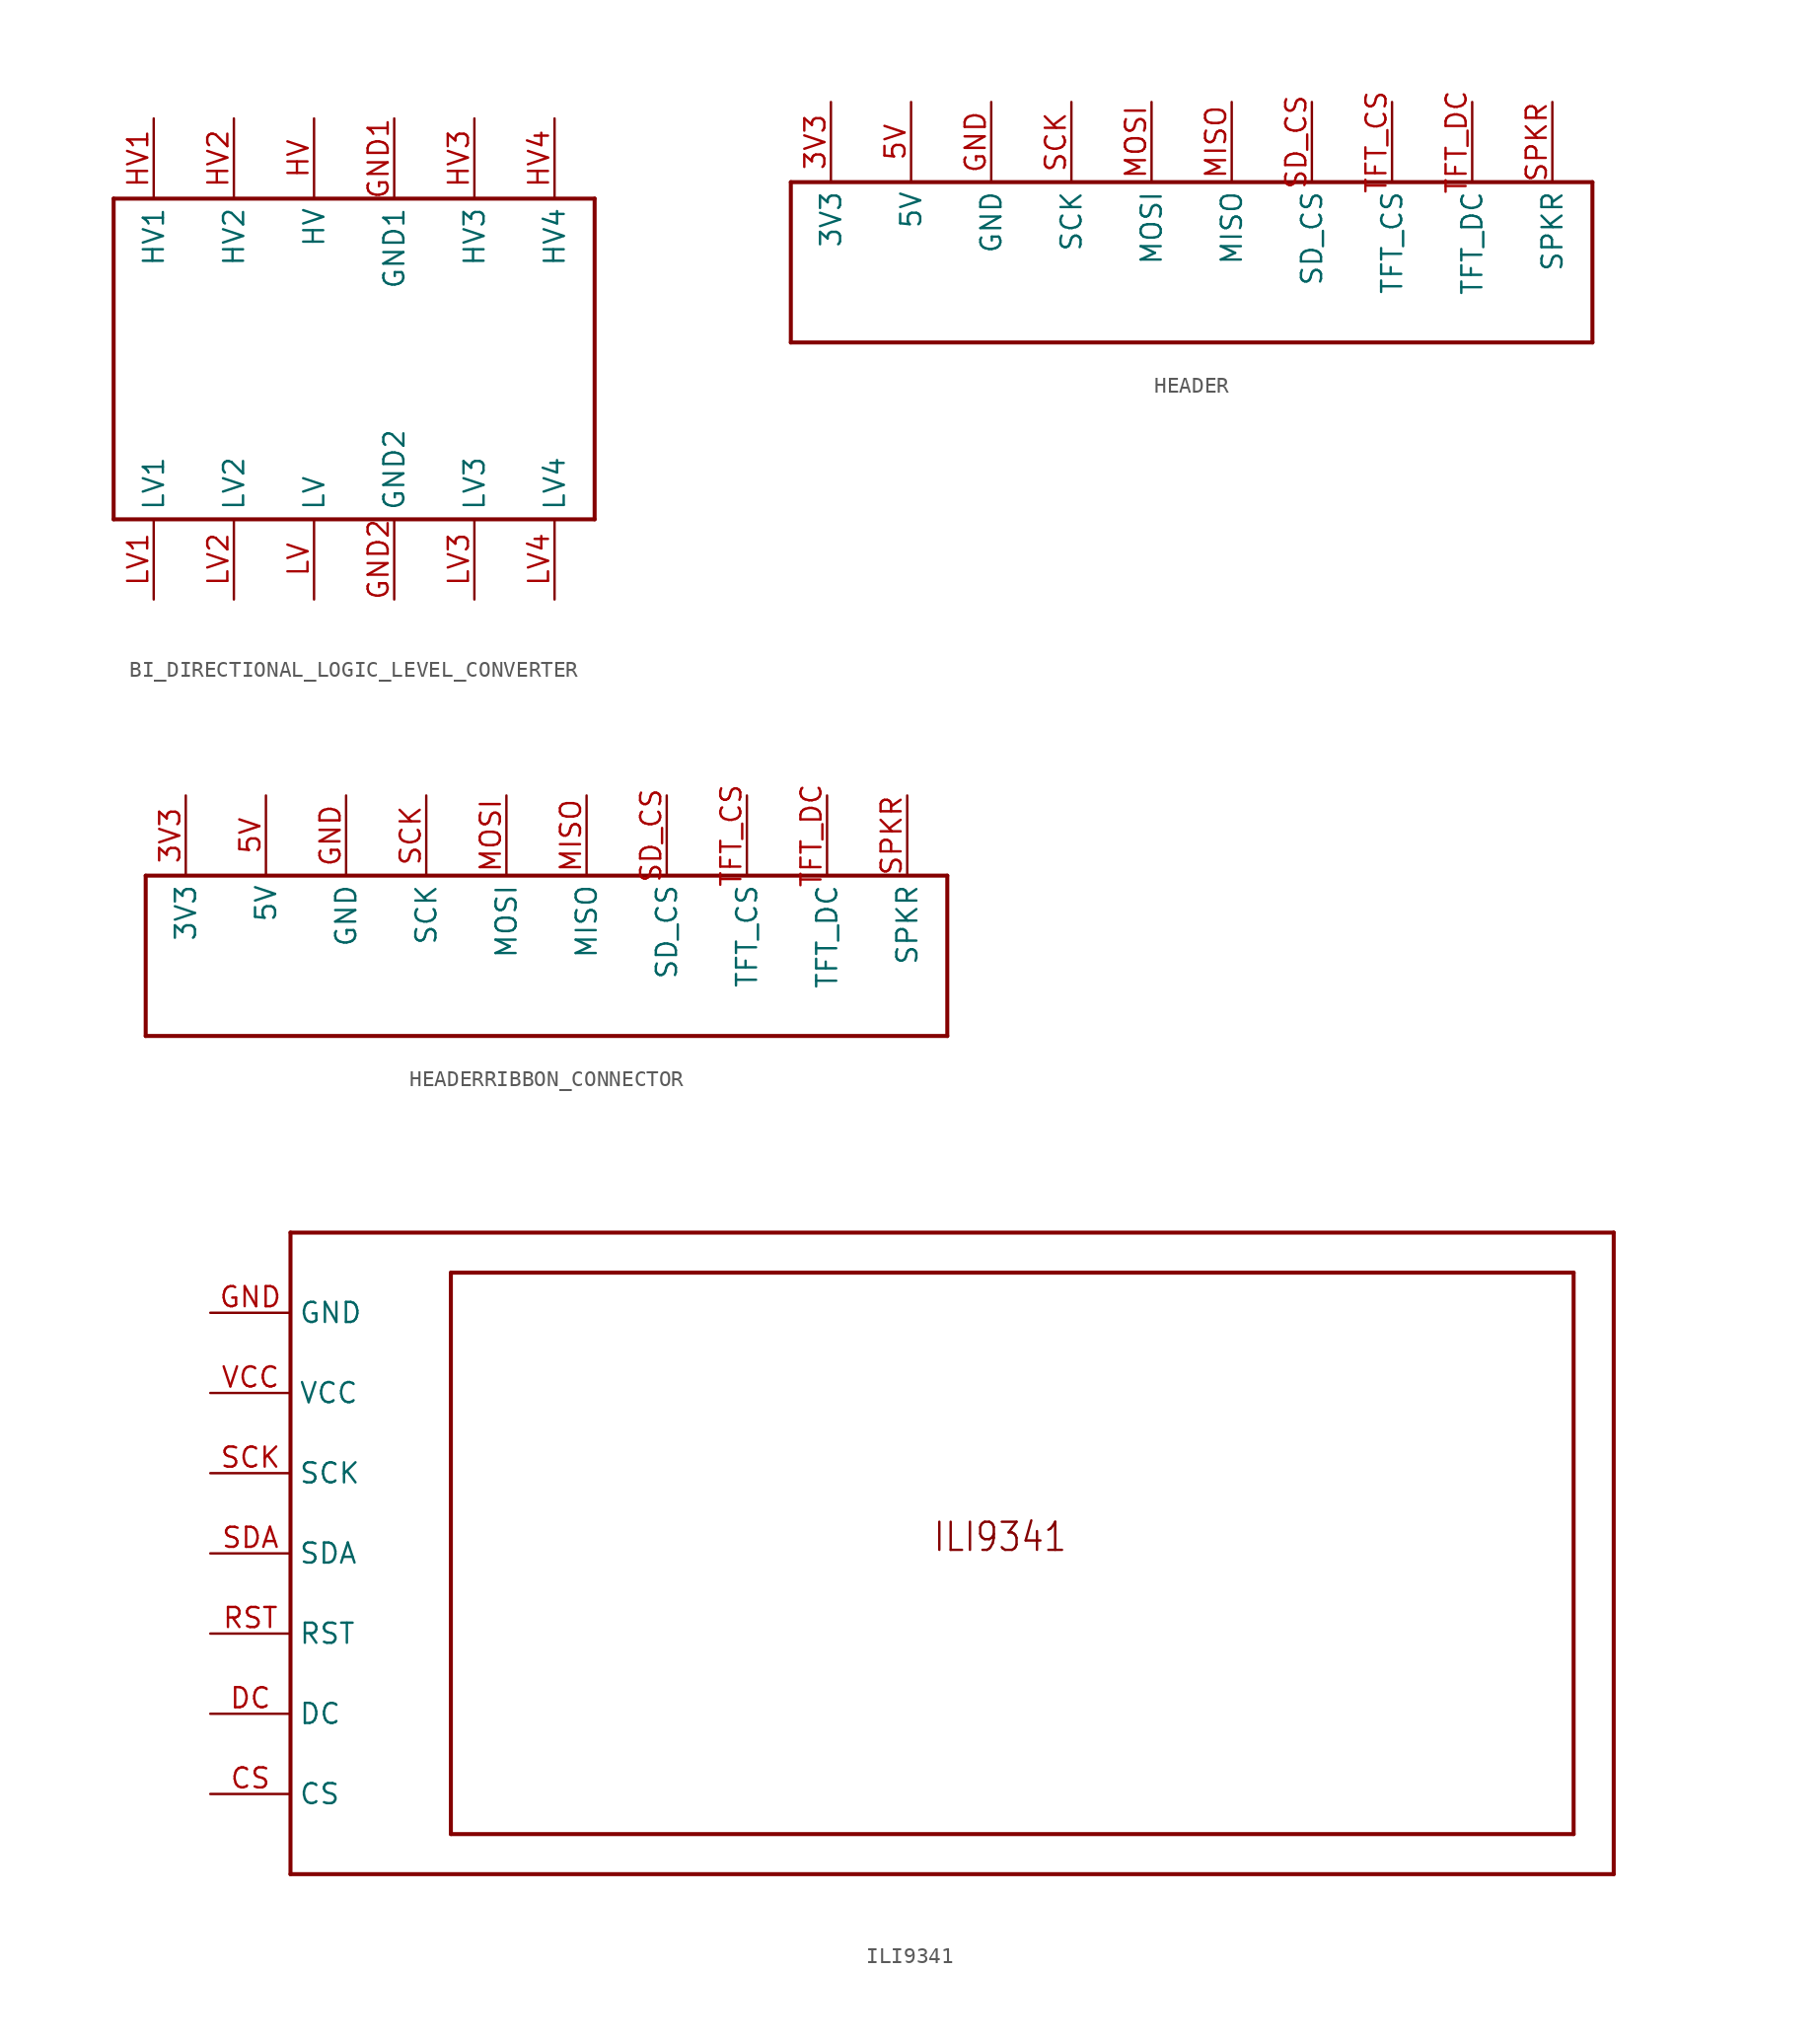
<source format=kicad_sym>
(kicad_symbol_lib
  (version 20231120)
  (generator "kicad_symbol_editor")
  (generator_version "8.0")
  (symbol "BI_DIRECTIONAL_LOGIC_LEVEL_CONVERTER"
    (property "Reference" ""
      (at 0 0 0)
      (effects (font (size 1.27 1.27)) (hide yes)))
    (property "ki_locked" ""
      (at 0 0 0)
      (effects (font (size 1.27 1.27))))
    (symbol "BI_DIRECTIONAL_LOGIC_LEVEL_CONVERTER_1_0"
      (polyline (pts (xy -15.24 -10.16) (xy 15.24 -10.16)) (stroke (width 0.254) (type solid)) (fill (type none)))
      (polyline (pts (xy -15.24 10.16) (xy -15.24 -10.16)) (stroke (width 0.254) (type solid)) (fill (type none)))
      (polyline (pts (xy 15.24 -10.16) (xy 15.24 10.16)) (stroke (width 0.254) (type solid)) (fill (type none)))
      (polyline (pts (xy 15.24 10.16) (xy -15.24 10.16)) (stroke (width 0.254) (type solid)) (fill (type none)))
      (pin power_in line (at 2.54 15.24 270) (length 5.08) (name "GND1" (effects (font (size 1.27 1.27)))) (number "GND1" (effects (font (size 1.27 1.27)))))
      (pin bidirectional line (at 2.54 -15.24 90) (length 5.08) (name "GND2" (effects (font (size 1.27 1.27)))) (number "GND2" (effects (font (size 1.27 1.27)))))
      (pin power_in line (at -2.54 15.24 270) (length 5.08) (name "HV" (effects (font (size 1.27 1.27)))) (number "HV" (effects (font (size 1.27 1.27)))))
      (pin bidirectional line (at -12.7 15.24 270) (length 5.08) (name "HV1" (effects (font (size 1.27 1.27)))) (number "HV1" (effects (font (size 1.27 1.27)))))
      (pin bidirectional line (at -7.62 15.24 270) (length 5.08) (name "HV2" (effects (font (size 1.27 1.27)))) (number "HV2" (effects (font (size 1.27 1.27)))))
      (pin bidirectional line (at 7.62 15.24 270) (length 5.08) (name "HV3" (effects (font (size 1.27 1.27)))) (number "HV3" (effects (font (size 1.27 1.27)))))
      (pin bidirectional line (at 12.7 15.24 270) (length 5.08) (name "HV4" (effects (font (size 1.27 1.27)))) (number "HV4" (effects (font (size 1.27 1.27)))))
      (pin bidirectional line (at -2.54 -15.24 90) (length 5.08) (name "LV" (effects (font (size 1.27 1.27)))) (number "LV" (effects (font (size 1.27 1.27)))))
      (pin bidirectional line (at -12.7 -15.24 90) (length 5.08) (name "LV1" (effects (font (size 1.27 1.27)))) (number "LV1" (effects (font (size 1.27 1.27)))))
      (pin bidirectional line (at -7.62 -15.24 90) (length 5.08) (name "LV2" (effects (font (size 1.27 1.27)))) (number "LV2" (effects (font (size 1.27 1.27)))))
      (pin bidirectional line (at 7.62 -15.24 90) (length 5.08) (name "LV3" (effects (font (size 1.27 1.27)))) (number "LV3" (effects (font (size 1.27 1.27)))))
      (pin bidirectional line (at 12.7 -15.24 90) (length 5.08) (name "LV4" (effects (font (size 1.27 1.27)))) (number "LV4" (effects (font (size 1.27 1.27)))))))
  (symbol "HEADER"
    (property "Reference" ""
      (at 0 0 0)
      (effects (font (size 1.27 1.27)) (hide yes)))
    (property "ki_locked" ""
      (at 0 0 0)
      (effects (font (size 1.27 1.27))))
    (symbol "HEADER_1_0"
      (polyline (pts (xy -25.4 -5.08) (xy 25.4 -5.08)) (stroke (width 0.254) (type solid)) (fill (type none)))
      (polyline (pts (xy -25.4 5.08) (xy -25.4 -5.08)) (stroke (width 0.254) (type solid)) (fill (type none)))
      (polyline (pts (xy -25.4 5.08) (xy 25.4 5.08)) (stroke (width 0.254) (type solid)) (fill (type none)))
      (polyline (pts (xy 25.4 5.08) (xy 25.4 -5.08)) (stroke (width 0.254) (type solid)) (fill (type none)))
      (pin power_in line (at -22.86 10.16 270) (length 5.08) (name "3V3" (effects (font (size 1.27 1.27)))) (number "3V3" (effects (font (size 1.27 1.27)))))
      (pin power_in line (at -17.78 10.16 270) (length 5.08) (name "5V" (effects (font (size 1.27 1.27)))) (number "5V" (effects (font (size 1.27 1.27)))))
      (pin power_in line (at -12.7 10.16 270) (length 5.08) (name "GND" (effects (font (size 1.27 1.27)))) (number "GND" (effects (font (size 1.27 1.27)))))
      (pin bidirectional line (at 2.54 10.16 270) (length 5.08) (name "MISO" (effects (font (size 1.27 1.27)))) (number "MISO" (effects (font (size 1.27 1.27)))))
      (pin bidirectional line (at -2.54 10.16 270) (length 5.08) (name "MOSI" (effects (font (size 1.27 1.27)))) (number "MOSI" (effects (font (size 1.27 1.27)))))
      (pin bidirectional line (at -7.62 10.16 270) (length 5.08) (name "SCK" (effects (font (size 1.27 1.27)))) (number "SCK" (effects (font (size 1.27 1.27)))))
      (pin bidirectional line (at 7.62 10.16 270) (length 5.08) (name "SD_CS" (effects (font (size 1.27 1.27)))) (number "SD_CS" (effects (font (size 1.27 1.27)))))
      (pin bidirectional line (at 22.86 10.16 270) (length 5.08) (name "SPKR" (effects (font (size 1.27 1.27)))) (number "SPKR" (effects (font (size 1.27 1.27)))))
      (pin bidirectional line (at 12.7 10.16 270) (length 5.08) (name "TFT_CS" (effects (font (size 1.27 1.27)))) (number "TFT_CS" (effects (font (size 1.27 1.27)))))
      (pin bidirectional line (at 17.78 10.16 270) (length 5.08) (name "TFT_DC" (effects (font (size 1.27 1.27)))) (number "TFT_DC" (effects (font (size 1.27 1.27)))))))
  (symbol "HEADERRIBBON_CONNECTOR"
    (property "Reference" ""
      (at 0 0 0)
      (effects (font (size 1.27 1.27)) (hide yes)))
    (property "ki_locked" ""
      (at 0 0 0)
      (effects (font (size 1.27 1.27))))
    (symbol "HEADERRIBBON_CONNECTOR_1_0"
      (polyline (pts (xy -25.4 -5.08) (xy 25.4 -5.08)) (stroke (width 0.254) (type solid)) (fill (type none)))
      (polyline (pts (xy -25.4 5.08) (xy -25.4 -5.08)) (stroke (width 0.254) (type solid)) (fill (type none)))
      (polyline (pts (xy -25.4 5.08) (xy 25.4 5.08)) (stroke (width 0.254) (type solid)) (fill (type none)))
      (polyline (pts (xy 25.4 5.08) (xy 25.4 -5.08)) (stroke (width 0.254) (type solid)) (fill (type none)))
      (pin power_in line (at -22.86 10.16 270) (length 5.08) (name "3V3" (effects (font (size 1.27 1.27)))) (number "3V3" (effects (font (size 1.27 1.27)))))
      (pin power_in line (at -17.78 10.16 270) (length 5.08) (name "5V" (effects (font (size 1.27 1.27)))) (number "5V" (effects (font (size 1.27 1.27)))))
      (pin power_in line (at -12.7 10.16 270) (length 5.08) (name "GND" (effects (font (size 1.27 1.27)))) (number "GND" (effects (font (size 1.27 1.27)))))
      (pin bidirectional line (at 2.54 10.16 270) (length 5.08) (name "MISO" (effects (font (size 1.27 1.27)))) (number "MISO" (effects (font (size 1.27 1.27)))))
      (pin bidirectional line (at -2.54 10.16 270) (length 5.08) (name "MOSI" (effects (font (size 1.27 1.27)))) (number "MOSI" (effects (font (size 1.27 1.27)))))
      (pin bidirectional line (at -7.62 10.16 270) (length 5.08) (name "SCK" (effects (font (size 1.27 1.27)))) (number "SCK" (effects (font (size 1.27 1.27)))))
      (pin bidirectional line (at 7.62 10.16 270) (length 5.08) (name "SD_CS" (effects (font (size 1.27 1.27)))) (number "SD_CS" (effects (font (size 1.27 1.27)))))
      (pin bidirectional line (at 22.86 10.16 270) (length 5.08) (name "SPKR" (effects (font (size 1.27 1.27)))) (number "SPKR" (effects (font (size 1.27 1.27)))))
      (pin bidirectional line (at 12.7 10.16 270) (length 5.08) (name "TFT_CS" (effects (font (size 1.27 1.27)))) (number "TFT_CS" (effects (font (size 1.27 1.27)))))
      (pin bidirectional line (at 17.78 10.16 270) (length 5.08) (name "TFT_DC" (effects (font (size 1.27 1.27)))) (number "TFT_DC" (effects (font (size 1.27 1.27)))))))
  (symbol "ILI9341"
    (property "Reference" ""
      (at 0 0 0)
      (effects (font (size 1.27 1.27)) (hide yes)))
    (property "ki_locked" ""
      (at 0 0 0)
      (effects (font (size 1.27 1.27))))
    (symbol "ILI9341_1_0"
      (polyline (pts (xy -48.26 -22.86) (xy 35.56 -22.86)) (stroke (width 0.254) (type solid)) (fill (type none)))
      (polyline (pts (xy -48.26 17.78) (xy -48.26 -22.86)) (stroke (width 0.254) (type solid)) (fill (type none)))
      (polyline (pts (xy -38.1 -20.32) (xy 33.02 -20.32)) (stroke (width 0.254) (type solid)) (fill (type none)))
      (polyline (pts (xy -38.1 15.24) (xy -38.1 -20.32)) (stroke (width 0.254) (type solid)) (fill (type none)))
      (polyline (pts (xy 33.02 -20.32) (xy 33.02 15.24)) (stroke (width 0.254) (type solid)) (fill (type none)))
      (polyline (pts (xy 33.02 15.24) (xy -38.1 15.24)) (stroke (width 0.254) (type solid)) (fill (type none)))
      (polyline (pts (xy 35.56 -22.86) (xy 35.56 17.78)) (stroke (width 0.254) (type solid)) (fill (type none)))
      (polyline (pts (xy 35.56 17.78) (xy -48.26 17.78)) (stroke (width 0.254) (type solid)) (fill (type none)))
      (text "ILI9341" (at -7.62 -2.54 0) (effects (font (size 1.778 1.511)) (justify left bottom)))
      (pin input line (at -53.34 -17.78 0) (length 5.08) (name "CS" (effects (font (size 1.27 1.27)))) (number "CS" (effects (font (size 1.27 1.27)))))
      (pin input line (at -53.34 -12.7 0) (length 5.08) (name "DC" (effects (font (size 1.27 1.27)))) (number "DC" (effects (font (size 1.27 1.27)))))
      (pin power_in line (at -53.34 12.7 0) (length 5.08) (name "GND" (effects (font (size 1.27 1.27)))) (number "GND" (effects (font (size 1.27 1.27)))))
      (pin input line (at -53.34 -7.62 0) (length 5.08) (name "RST" (effects (font (size 1.27 1.27)))) (number "RST" (effects (font (size 1.27 1.27)))))
      (pin bidirectional line (at -53.34 2.54 0) (length 5.08) (name "SCK" (effects (font (size 1.27 1.27)))) (number "SCK" (effects (font (size 1.27 1.27)))))
      (pin input line (at -53.34 -2.54 0) (length 5.08) (name "SDA" (effects (font (size 1.27 1.27)))) (number "SDA" (effects (font (size 1.27 1.27)))))
      (pin power_in line (at -53.34 7.62 0) (length 5.08) (name "VCC" (effects (font (size 1.27 1.27)))) (number "VCC" (effects (font (size 1.27 1.27))))))))
</source>
